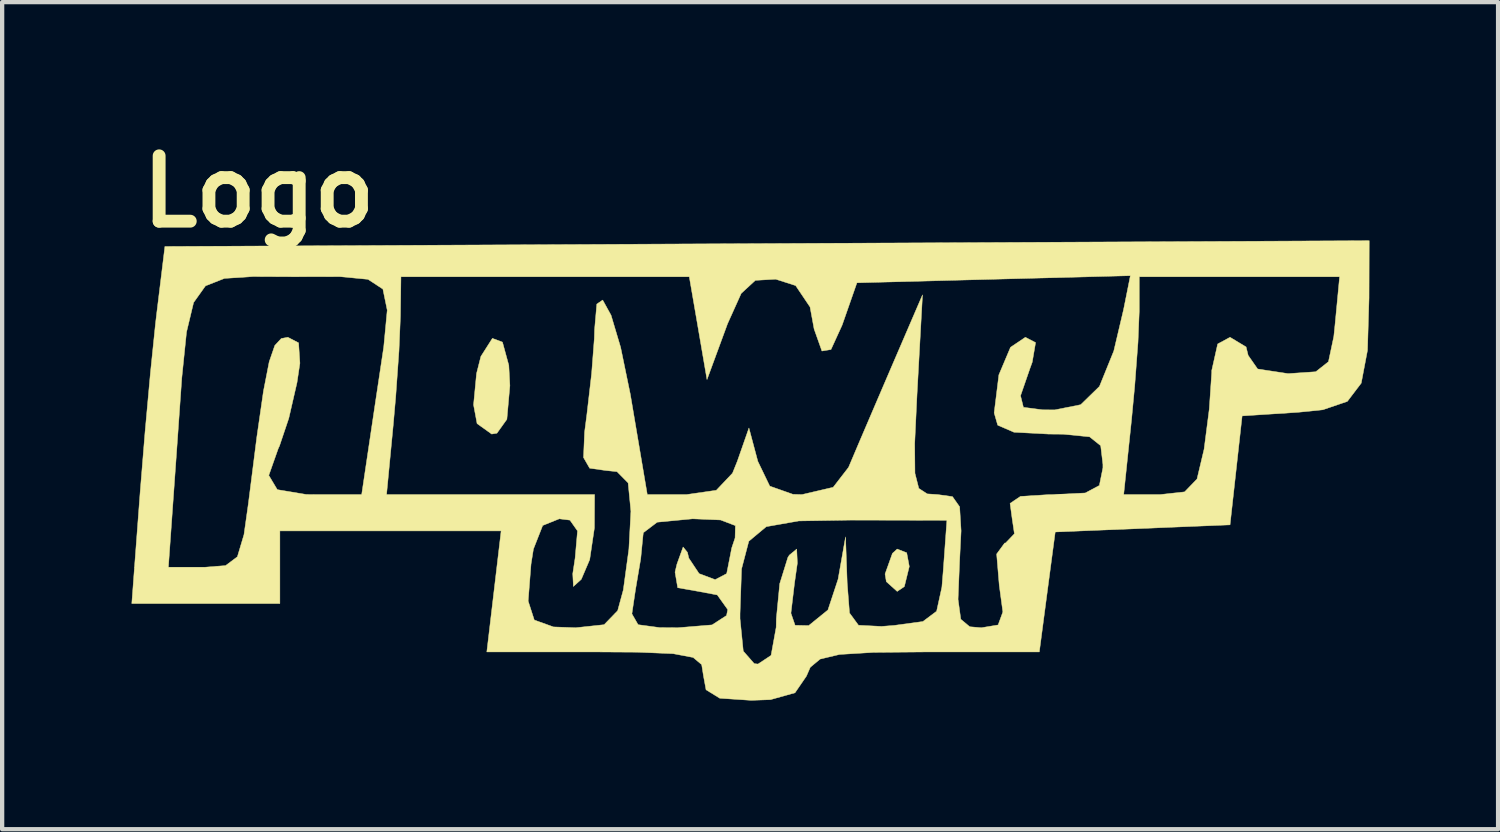
<source format=kicad_pcb>
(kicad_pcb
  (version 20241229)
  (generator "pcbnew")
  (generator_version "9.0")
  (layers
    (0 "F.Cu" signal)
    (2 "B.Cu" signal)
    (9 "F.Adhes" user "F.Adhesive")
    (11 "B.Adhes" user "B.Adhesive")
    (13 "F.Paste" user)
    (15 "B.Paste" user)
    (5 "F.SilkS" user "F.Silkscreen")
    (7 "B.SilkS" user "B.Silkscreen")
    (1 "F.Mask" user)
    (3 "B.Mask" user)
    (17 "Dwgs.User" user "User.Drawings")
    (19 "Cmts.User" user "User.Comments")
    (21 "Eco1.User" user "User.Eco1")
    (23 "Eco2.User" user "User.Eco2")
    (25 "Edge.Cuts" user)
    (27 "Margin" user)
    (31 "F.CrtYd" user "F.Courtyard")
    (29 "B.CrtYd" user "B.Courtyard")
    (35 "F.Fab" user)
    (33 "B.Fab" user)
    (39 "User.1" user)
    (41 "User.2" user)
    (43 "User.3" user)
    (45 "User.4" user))
  (footprint "Logo"
    (layer "F.Cu")
    (at 14.483 7.918)
    (property "Reference" "Logo" (at -11.5 -6.5 0) (layer "F.SilkS") (effects (font (size 1.524 1.524) (thickness 0.3))))
    (attr through_hole)
    (fp_poly (pts (xy 3.609 1.921) (xy 3.669 2.241) (xy 3.554 2.709) (xy 3.387 2.822) (xy 3.134 2.595) (xy 3.104 2.416) (xy 3.276 1.935) (xy 3.387 1.834) (xy 3.609 1.921)) (stroke (width 0.01) (type solid)) (fill yes) (layer "F.SilkS"))
    (fp_poly (pts (xy -5.817 -2.991) (xy -5.669 -2.449) (xy -5.644 -1.976) (xy -5.714 -1.191) (xy -5.946 -0.867) (xy -6.068 -0.847) (xy -6.409 -1.091) (xy -6.491 -1.529) (xy -6.421 -2.26) (xy -6.32 -2.658) (xy -6.052 -3.079) (xy -5.817 -2.991)) (stroke (width 0.01) (type solid)) (fill yes) (layer "F.SilkS"))
    (fp_poly (pts (xy 14.389 -4.019) (xy 14.353 -2.8) (xy 14.207 -2.034) (xy 13.883 -1.608) (xy 13.311 -1.413) (xy 12.741 -1.355) (xy 11.43 -1.27) (xy 11.148 1.27) (xy 7.072 1.436) (xy 6.886 2.834) (xy 6.701 4.233) (xy 4.075 4.233) (xy 2.833 4.244) (xy 2.043 4.292) (xy 1.59 4.4) (xy 1.361 4.59) (xy 1.27 4.798) (xy 1.004 5.186) (xy 0.432 5.346) (xy -0.019 5.362) (xy -0.75 5.313) (xy -1.07 5.116) (xy -1.129 4.798) (xy -1.172 4.529) (xy -1.371 4.362) (xy -1.836 4.274) (xy -2.673 4.239) (xy -3.656 4.233) (xy -6.182 4.233) (xy -6.015 2.822) (xy -5.848 1.411) (xy -11.007 1.411) (xy -11.007 3.104) (xy -14.46 3.104) (xy -14.397 2.258) (xy -13.607 2.258) (xy -12.766 2.258) (xy -12.273 2.22) (xy -11.998 2.014) (xy -11.844 1.498) (xy -11.742 0.776) (xy -11.545 -0.774) (xy -11.39 -1.848) (xy -11.256 -2.533) (xy -11.125 -2.913) (xy -10.974 -3.075) (xy -10.821 -3.104) (xy -10.571 -2.974) (xy -10.54 -2.499) (xy -10.608 -2.046) (xy -10.799 -1.216) (xy -11.016 -0.571) (xy -11.044 -0.512) (xy -11.266 0.116) (xy -11.067 0.449) (xy -10.389 0.562) (xy -10.194 0.564) (xy -9.1 0.564) (xy -8.52 0.564) (xy -3.669 0.564) (xy -3.673 1.341) (xy -3.783 2.081) (xy -3.979 2.54) (xy -4.163 2.707) (xy -4.178 2.409) (xy -4.123 2.046) (xy -4.067 1.411) (xy -4.244 1.16) (xy -4.492 1.129) (xy -4.879 1.285) (xy -5.095 1.835) (xy -5.151 2.187) (xy -5.218 3.046) (xy -5.075 3.489) (xy -4.627 3.65) (xy -4.111 3.669) (xy -3.447 3.598) (xy -3.202 3.345) (xy -2.799 3.345) (xy -2.654 3.598) (xy -2.148 3.666) (xy -1.729 3.669) (xy -0.93 3.603) (xy -0.705 3.457) (xy -0.278 3.457) (xy -0.202 4.214) (xy 0.054 4.506) (xy 0.141 4.516) (xy 0.446 4.314) (xy 0.565 3.659) (xy 0.569 3.457) (xy 0.648 2.642) (xy 0.838 2.03) (xy 0.872 1.976) (xy 1.044 1.835) (xy 1.059 2.162) (xy 0.992 2.635) (xy 0.909 3.33) (xy 1.006 3.612) (xy 1.323 3.619) (xy 1.772 3.255) (xy 2.009 2.537) (xy 2.183 1.552) (xy 2.221 2.628) (xy 2.275 3.325) (xy 2.485 3.611) (xy 3.021 3.638) (xy 3.316 3.615) (xy 3.986 3.524) (xy 4.306 3.284) (xy 4.429 2.724) (xy 4.46 2.346) (xy 4.546 1.164) (xy 2.303 1.159) (xy 1.091 1.179) (xy 0.335 1.312) (xy -0.073 1.652) (xy -0.242 2.297) (xy -0.278 3.343) (xy -0.278 3.457) (xy -0.705 3.457) (xy -0.592 3.384) (xy -0.564 3.246) (xy -0.808 2.904) (xy -1.244 2.822) (xy -1.731 2.736) (xy -1.793 2.372) (xy -1.749 2.187) (xy -1.605 1.787) (xy -1.504 1.911) (xy -1.472 2.046) (xy -1.232 2.407) (xy -0.857 2.548) (xy -0.589 2.407) (xy -0.564 2.281) (xy -0.471 1.808) (xy -0.393 1.575) (xy -0.386 1.288) (xy -0.732 1.156) (xy -1.381 1.129) (xy -2.209 1.208) (xy -2.532 1.453) (xy -2.54 1.517) (xy -2.593 2.059) (xy -2.716 2.787) (xy -2.799 3.345) (xy -3.202 3.345) (xy -3.131 3.272) (xy -2.999 2.787) (xy -2.869 1.834) (xy -2.822 0.953) (xy -2.887 0.292) (xy -3.146 0.03) (xy -3.425 0) (xy -3.784 -0.051) (xy -3.927 -0.3) (xy -3.902 -0.893) (xy -3.848 -1.309) (xy -3.738 -2.259) (xy -3.675 -3.077) (xy -3.669 -3.285) (xy -3.617 -3.878) (xy -3.48 -3.972) (xy -3.285 -3.618) (xy -3.062 -2.87) (xy -2.837 -1.78) (xy -2.822 -1.693) (xy -2.44 0.564) (xy -1.526 0.564) (xy -0.831 0.464) (xy -0.453 0.065) (xy -0.341 -0.212) (xy -0.07 -0.988) (xy 0.137 -0.212) (xy 0.416 0.367) (xy 0.957 0.558) (xy 1.166 0.564) (xy 1.894 0.394) (xy 2.253 -0.071) (xy 2.504 -0.663) (xy 2.888 -1.56) (xy 3.248 -2.399) (xy 3.977 -4.092) (xy 3.849 -1.764) (xy 3.795 -0.623) (xy 3.801 0.067) (xy 3.891 0.42) (xy 4.088 0.548) (xy 4.331 0.564) (xy 4.676 0.612) (xy 4.843 0.849) (xy 4.877 1.41) (xy 4.842 2.116) (xy 4.806 3.006) (xy 4.87 3.471) (xy 5.079 3.646) (xy 5.349 3.669) (xy 5.74 3.604) (xy 5.851 3.301) (xy 5.767 2.681) (xy 5.706 1.95) (xy 5.893 1.694) (xy 5.914 1.693) (xy 6.12 1.478) (xy 6.068 1.129) (xy 6.019 0.769) (xy 6.262 0.606) (xy 6.927 0.565) (xy 7.037 0.564) (xy 8.668 0.564) (xy 9.518 0.564) (xy 10.089 0.501) (xy 10.378 0.201) (xy 10.543 -0.494) (xy 10.664 -1.432) (xy 10.721 -2.279) (xy 10.721 -2.328) (xy 10.86 -2.948) (xy 11.148 -3.104) (xy 11.522 -2.879) (xy 11.571 -2.681) (xy 11.792 -2.364) (xy 12.491 -2.258) (xy 12.529 -2.258) (xy 13.147 -2.3) (xy 13.443 -2.534) (xy 13.568 -3.123) (xy 13.595 -3.387) (xy 13.703 -4.516) (xy 9.031 -4.516) (xy 9.031 -3.71) (xy 9.002 -2.988) (xy 8.925 -1.965) (xy 8.85 -1.17) (xy 8.668 0.564) (xy 7.037 0.564) (xy 7.772 0.527) (xy 8.101 0.352) (xy 8.184 -0.06) (xy 8.184 -0.141) (xy 8.132 -0.576) (xy 7.873 -0.783) (xy 7.257 -0.844) (xy 6.914 -0.847) (xy 6.109 -0.89) (xy 5.731 -1.054) (xy 5.648 -1.341) (xy 5.758 -2.228) (xy 6.029 -2.87) (xy 6.376 -3.104) (xy 6.614 -2.98) (xy 6.536 -2.524) (xy 6.484 -2.381) (xy 6.263 -1.741) (xy 6.33 -1.471) (xy 6.782 -1.412) (xy 7.063 -1.411) (xy 7.666 -1.532) (xy 8.103 -1.958) (xy 8.437 -2.782) (xy 8.666 -3.752) (xy 8.824 -4.54) (xy 5.636 -4.457) (xy 2.448 -4.374) (xy 2.103 -3.387) (xy 1.843 -2.818) (xy 1.632 -2.783) (xy 1.45 -3.295) (xy 1.355 -3.81) (xy 1.019 -4.309) (xy 0.554 -4.458) (xy 0.08 -4.431) (xy -0.25 -4.127) (xy -0.57 -3.417) (xy -0.602 -3.329) (xy -1.048 -2.117) (xy -1.254 -3.316) (xy -1.461 -4.516) (xy -8.184 -4.516) (xy -8.196 -3.598) (xy -8.23 -2.788) (xy -8.306 -1.716) (xy -8.364 -1.058) (xy -8.52 0.564) (xy -9.1 0.564) (xy -8.783 -1.564) (xy -8.585 -2.881) (xy -8.504 -3.736) (xy -8.605 -4.227) (xy -8.952 -4.455) (xy -9.611 -4.518) (xy -10.645 -4.516) (xy -10.702 -4.516) (xy -11.638 -4.52) (xy -12.3 -4.476) (xy -12.742 -4.302) (xy -13.019 -3.913) (xy -13.184 -3.225) (xy -13.294 -2.156) (xy -13.402 -0.621) (xy -13.421 -0.353) (xy -13.607 2.258) (xy -14.397 2.258) (xy -14.264 0.494) (xy -14.151 -0.893) (xy -14.025 -2.278) (xy -13.908 -3.415) (xy -13.878 -3.669) (xy -13.688 -5.221) (xy 0.353 -5.289) (xy 14.393 -5.356) (xy 14.389 -4.019)) (stroke (width 0.01) (type solid)) (fill yes) (layer "F.SilkS")))
  (gr_rect
    (start -3 -3)
    (end 31.881 16.285)
    (stroke (width 0.1) (type default))
    (fill no)
    (layer "Edge.Cuts")))
</source>
